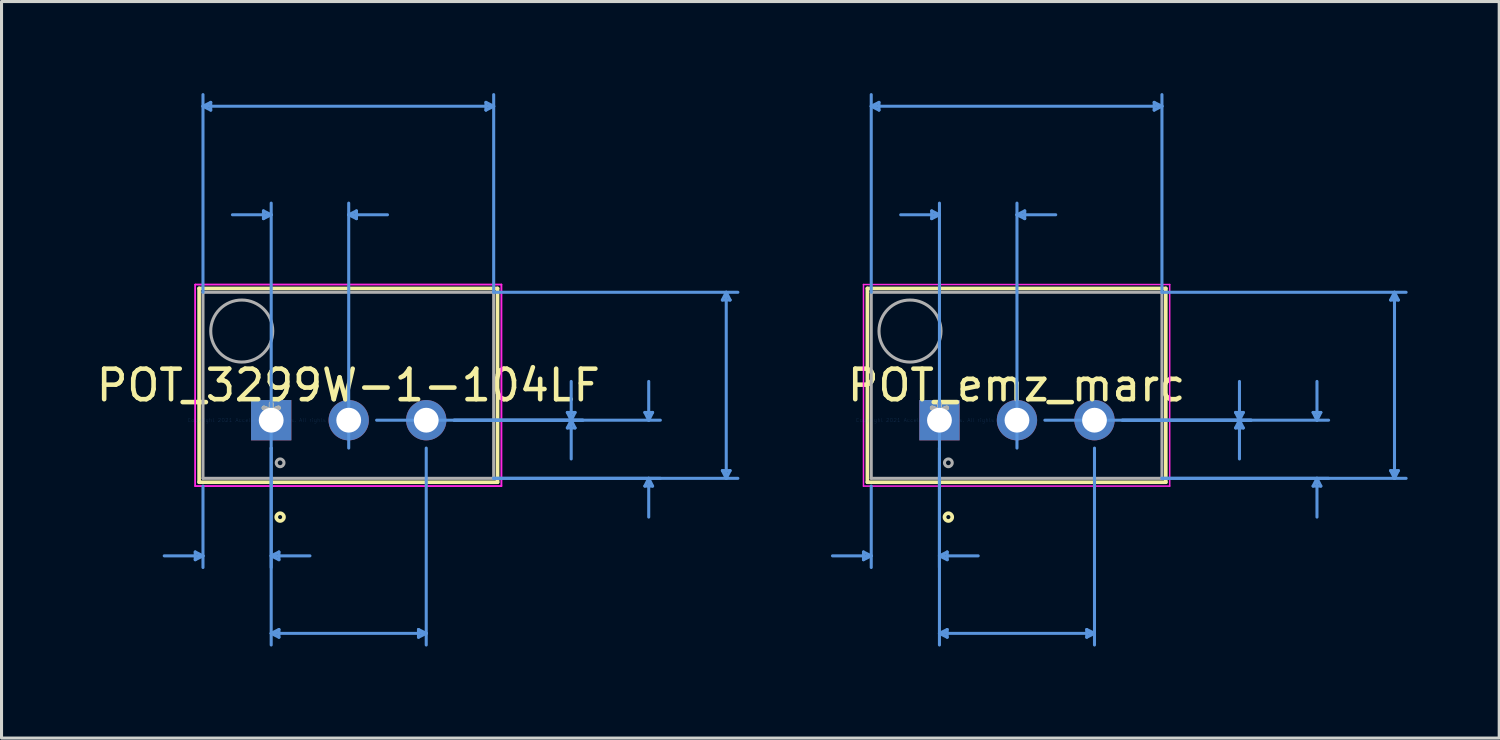
<source format=kicad_pcb>
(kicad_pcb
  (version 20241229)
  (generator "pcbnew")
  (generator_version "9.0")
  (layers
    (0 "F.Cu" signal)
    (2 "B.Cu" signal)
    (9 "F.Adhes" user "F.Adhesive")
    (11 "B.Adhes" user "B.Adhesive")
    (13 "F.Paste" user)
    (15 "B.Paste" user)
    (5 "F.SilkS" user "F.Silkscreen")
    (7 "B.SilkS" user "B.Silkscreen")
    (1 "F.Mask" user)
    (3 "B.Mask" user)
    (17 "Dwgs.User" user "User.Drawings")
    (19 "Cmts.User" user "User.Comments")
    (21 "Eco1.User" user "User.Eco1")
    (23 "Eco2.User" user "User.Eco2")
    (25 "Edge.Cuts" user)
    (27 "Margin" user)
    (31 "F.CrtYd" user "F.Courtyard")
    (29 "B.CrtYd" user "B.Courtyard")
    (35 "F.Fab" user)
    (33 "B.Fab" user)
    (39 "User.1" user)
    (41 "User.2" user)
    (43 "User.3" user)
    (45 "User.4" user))
  (footprint "POT_emz_marc"
    (layer "F.Cu")
    (at 27.732 10.718)
    (property "Reference" "POT_emz_marc" (at 2.527 -1.143 0) (layer "F.SilkS") (effects (font (size 1 1) (thickness 0.15))))
    (attr through_hole)
    (fp_line (start -2.362 -4.318) (end -2.362 2.032) (stroke (width 0.12) (type solid)) (layer "F.SilkS"))
    (fp_line (start -2.362 2.032) (end 7.417 2.032) (stroke (width 0.12) (type solid)) (layer "F.SilkS"))
    (fp_line (start 7.417 -4.318) (end -2.362 -4.318) (stroke (width 0.12) (type solid)) (layer "F.SilkS"))
    (fp_line (start 7.417 2.032) (end 7.417 -4.318) (stroke (width 0.12) (type solid)) (layer "F.SilkS"))
    (fp_circle (center 0.292 3.175) (end 0.419 3.175) (stroke (width 0.12) (type solid)) (fill no) (layer "F.SilkS"))
    (fp_line (start -2.489 4.318) (end -2.489 4.572) (stroke (width 0.1) (type solid)) (layer "Cmts.User"))
    (fp_line (start -2.235 -10.287) (end -1.981 -10.414) (stroke (width 0.1) (type solid)) (layer "Cmts.User"))
    (fp_line (start -2.235 -10.287) (end -1.981 -10.16) (stroke (width 0.1) (type solid)) (layer "Cmts.User"))
    (fp_line (start -2.235 -10.287) (end 7.29 -10.287) (stroke (width 0.1) (type solid)) (layer "Cmts.User"))
    (fp_line (start -2.235 -4.191) (end -2.235 -10.668) (stroke (width 0.1) (type solid)) (layer "Cmts.User"))
    (fp_line (start -2.235 2.159) (end -2.235 4.826) (stroke (width 0.1) (type solid)) (layer "Cmts.User"))
    (fp_line (start -2.235 4.445) (end -3.505 4.445) (stroke (width 0.1) (type solid)) (layer "Cmts.User"))
    (fp_line (start -2.235 4.445) (end -2.489 4.318) (stroke (width 0.1) (type solid)) (layer "Cmts.User"))
    (fp_line (start -2.235 4.445) (end -2.489 4.572) (stroke (width 0.1) (type solid)) (layer "Cmts.User"))
    (fp_line (start -1.981 -10.414) (end -1.981 -10.16) (stroke (width 0.1) (type solid)) (layer "Cmts.User"))
    (fp_line (start -0.254 -6.858) (end -0.254 -6.604) (stroke (width 0.1) (type solid)) (layer "Cmts.User"))
    (fp_line (start 0 -6.731) (end -1.27 -6.731) (stroke (width 0.1) (type solid)) (layer "Cmts.User"))
    (fp_line (start 0 -6.731) (end -0.254 -6.858) (stroke (width 0.1) (type solid)) (layer "Cmts.User"))
    (fp_line (start 0 -6.731) (end -0.254 -6.604) (stroke (width 0.1) (type solid)) (layer "Cmts.User"))
    (fp_line (start 0 0.914) (end 0 -7.112) (stroke (width 0.1) (type solid)) (layer "Cmts.User"))
    (fp_line (start 0 0.914) (end 0 4.826) (stroke (width 0.1) (type solid)) (layer "Cmts.User"))
    (fp_line (start 0 0.914) (end 0 7.366) (stroke (width 0.1) (type solid)) (layer "Cmts.User"))
    (fp_line (start 0 4.445) (end 0.254 4.318) (stroke (width 0.1) (type solid)) (layer "Cmts.User"))
    (fp_line (start 0 4.445) (end 0.254 4.572) (stroke (width 0.1) (type solid)) (layer "Cmts.User"))
    (fp_line (start 0 4.445) (end 1.27 4.445) (stroke (width 0.1) (type solid)) (layer "Cmts.User"))
    (fp_line (start 0 6.985) (end 0.254 6.858) (stroke (width 0.1) (type solid)) (layer "Cmts.User"))
    (fp_line (start 0 6.985) (end 0.254 7.112) (stroke (width 0.1) (type solid)) (layer "Cmts.User"))
    (fp_line (start 0 6.985) (end 5.08 6.985) (stroke (width 0.1) (type solid)) (layer "Cmts.User"))
    (fp_line (start 0.254 4.318) (end 0.254 4.572) (stroke (width 0.1) (type solid)) (layer "Cmts.User"))
    (fp_line (start 0.254 6.858) (end 0.254 7.112) (stroke (width 0.1) (type solid)) (layer "Cmts.User"))
    (fp_line (start 2.54 -6.731) (end 2.794 -6.858) (stroke (width 0.1) (type solid)) (layer "Cmts.User"))
    (fp_line (start 2.54 -6.731) (end 2.794 -6.604) (stroke (width 0.1) (type solid)) (layer "Cmts.User"))
    (fp_line (start 2.54 -6.731) (end 3.81 -6.731) (stroke (width 0.1) (type solid)) (layer "Cmts.User"))
    (fp_line (start 2.54 0.914) (end 2.54 -7.112) (stroke (width 0.1) (type solid)) (layer "Cmts.User"))
    (fp_line (start 2.794 -6.858) (end 2.794 -6.604) (stroke (width 0.1) (type solid)) (layer "Cmts.User"))
    (fp_line (start 3.454 0) (end 10.211 0) (stroke (width 0.1) (type solid)) (layer "Cmts.User"))
    (fp_line (start 4.826 6.858) (end 4.826 7.112) (stroke (width 0.1) (type solid)) (layer "Cmts.User"))
    (fp_line (start 5.08 0.914) (end 5.08 7.366) (stroke (width 0.1) (type solid)) (layer "Cmts.User"))
    (fp_line (start 5.08 6.985) (end 4.826 6.858) (stroke (width 0.1) (type solid)) (layer "Cmts.User"))
    (fp_line (start 5.08 6.985) (end 4.826 7.112) (stroke (width 0.1) (type solid)) (layer "Cmts.User"))
    (fp_line (start 5.994 0) (end 10.211 0) (stroke (width 0.1) (type solid)) (layer "Cmts.User"))
    (fp_line (start 5.994 0) (end 12.751 0) (stroke (width 0.1) (type solid)) (layer "Cmts.User"))
    (fp_line (start 7.036 -10.414) (end 7.036 -10.16) (stroke (width 0.1) (type solid)) (layer "Cmts.User"))
    (fp_line (start 7.29 -10.287) (end 7.036 -10.414) (stroke (width 0.1) (type solid)) (layer "Cmts.User"))
    (fp_line (start 7.29 -10.287) (end 7.036 -10.16) (stroke (width 0.1) (type solid)) (layer "Cmts.User"))
    (fp_line (start 7.29 -4.191) (end 7.29 -10.668) (stroke (width 0.1) (type solid)) (layer "Cmts.User"))
    (fp_line (start 7.29 -4.191) (end 15.291 -4.191) (stroke (width 0.1) (type solid)) (layer "Cmts.User"))
    (fp_line (start 7.29 1.905) (end 12.751 1.905) (stroke (width 0.1) (type solid)) (layer "Cmts.User"))
    (fp_line (start 7.29 1.905) (end 15.291 1.905) (stroke (width 0.1) (type solid)) (layer "Cmts.User"))
    (fp_line (start 9.703 -0.254) (end 9.957 -0.254) (stroke (width 0.1) (type solid)) (layer "Cmts.User"))
    (fp_line (start 9.703 0.254) (end 9.957 0.254) (stroke (width 0.1) (type solid)) (layer "Cmts.User"))
    (fp_line (start 9.83 0) (end 9.703 -0.254) (stroke (width 0.1) (type solid)) (layer "Cmts.User"))
    (fp_line (start 9.83 0) (end 9.703 0.254) (stroke (width 0.1) (type solid)) (layer "Cmts.User"))
    (fp_line (start 9.83 0) (end 9.83 -1.27) (stroke (width 0.1) (type solid)) (layer "Cmts.User"))
    (fp_line (start 9.83 0) (end 9.83 1.27) (stroke (width 0.1) (type solid)) (layer "Cmts.User"))
    (fp_line (start 9.83 0) (end 9.957 -0.254) (stroke (width 0.1) (type solid)) (layer "Cmts.User"))
    (fp_line (start 9.83 0) (end 9.957 0.254) (stroke (width 0.1) (type solid)) (layer "Cmts.User"))
    (fp_line (start 12.243 -0.254) (end 12.497 -0.254) (stroke (width 0.1) (type solid)) (layer "Cmts.User"))
    (fp_line (start 12.243 2.159) (end 12.497 2.159) (stroke (width 0.1) (type solid)) (layer "Cmts.User"))
    (fp_line (start 12.37 0) (end 12.243 -0.254) (stroke (width 0.1) (type solid)) (layer "Cmts.User"))
    (fp_line (start 12.37 0) (end 12.37 -1.27) (stroke (width 0.1) (type solid)) (layer "Cmts.User"))
    (fp_line (start 12.37 0) (end 12.497 -0.254) (stroke (width 0.1) (type solid)) (layer "Cmts.User"))
    (fp_line (start 12.37 1.905) (end 12.243 2.159) (stroke (width 0.1) (type solid)) (layer "Cmts.User"))
    (fp_line (start 12.37 1.905) (end 12.37 3.175) (stroke (width 0.1) (type solid)) (layer "Cmts.User"))
    (fp_line (start 12.37 1.905) (end 12.497 2.159) (stroke (width 0.1) (type solid)) (layer "Cmts.User"))
    (fp_line (start 14.783 -3.937) (end 15.037 -3.937) (stroke (width 0.1) (type solid)) (layer "Cmts.User"))
    (fp_line (start 14.783 1.651) (end 15.037 1.651) (stroke (width 0.1) (type solid)) (layer "Cmts.User"))
    (fp_line (start 14.91 -4.191) (end 14.783 -3.937) (stroke (width 0.1) (type solid)) (layer "Cmts.User"))
    (fp_line (start 14.91 -4.191) (end 14.91 1.905) (stroke (width 0.1) (type solid)) (layer "Cmts.User"))
    (fp_line (start 14.91 -4.191) (end 15.037 -3.937) (stroke (width 0.1) (type solid)) (layer "Cmts.User"))
    (fp_line (start 14.91 1.905) (end 14.783 1.651) (stroke (width 0.1) (type solid)) (layer "Cmts.User"))
    (fp_line (start 14.91 1.905) (end 15.037 1.651) (stroke (width 0.1) (type solid)) (layer "Cmts.User"))
    (fp_line (start -2.489 -4.445) (end 7.544 -4.445) (stroke (width 0.05) (type solid)) (layer "F.CrtYd"))
    (fp_line (start -2.489 2.159) (end -2.489 -4.445) (stroke (width 0.05) (type solid)) (layer "F.CrtYd"))
    (fp_line (start 7.544 -4.445) (end 7.544 2.159) (stroke (width 0.05) (type solid)) (layer "F.CrtYd"))
    (fp_line (start 7.544 2.159) (end -2.489 2.159) (stroke (width 0.05) (type solid)) (layer "F.CrtYd"))
    (fp_line (start -2.235 -4.191) (end -2.235 1.905) (stroke (width 0.1) (type solid)) (layer "F.Fab"))
    (fp_line (start -2.235 1.905) (end 7.29 1.905) (stroke (width 0.1) (type solid)) (layer "F.Fab"))
    (fp_line (start 7.29 -4.191) (end -2.235 -4.191) (stroke (width 0.1) (type solid)) (layer "F.Fab"))
    (fp_line (start 7.29 1.905) (end 7.29 -4.191) (stroke (width 0.1) (type solid)) (layer "F.Fab"))
    (fp_circle (center -0.965 -2.921) (end 0.051 -2.921) (stroke (width 0.1) (type solid)) (fill no) (layer "F.Fab"))
    (fp_circle (center 0.292 1.397) (end 0.419 1.397) (stroke (width 0.1) (type solid)) (fill no) (layer "F.Fab"))
    (fp_text user "*" (at 0 0 0) (layer "F.SilkS") (effects (font (size 1 1) (thickness 0.15))))
    (fp_text user "Copyright 2021 Accelerated Designs. All rights reserved." (at 0 0 0) (layer "Cmts.User") (effects (font (size 0.127 0.127) (thickness 0.002))))
    (fp_text user "*" (at 0 0 0) (layer "F.Fab") (effects (font (size 1 1) (thickness 0.15))))
    (pad "1" thru_hole rect (at 0 0) (size 1.321 1.321) (drill 0.813) (layers "*.Cu" "*.Mask"))
    (pad "2" thru_hole circle (at 2.54 0) (size 1.321 1.321) (drill 0.813) (layers "*.Cu" "*.Mask"))
    (pad "3" thru_hole circle (at 5.08 0) (size 1.321 1.321) (drill 0.813) (layers "*.Cu" "*.Mask")))
  (footprint "POT_3299W-1-104LF"
    (layer "F.Cu")
    (at 5.836 10.718)
    (property "Reference" "POT_3299W-1-104LF" (at 2.527 -1.143 0) (layer "F.SilkS") (effects (font (size 1 1) (thickness 0.15))))
    (attr through_hole)
    (fp_line (start -2.362 -4.318) (end -2.362 2.032) (stroke (width 0.12) (type solid)) (layer "F.SilkS"))
    (fp_line (start -2.362 2.032) (end 7.417 2.032) (stroke (width 0.12) (type solid)) (layer "F.SilkS"))
    (fp_line (start 7.417 -4.318) (end -2.362 -4.318) (stroke (width 0.12) (type solid)) (layer "F.SilkS"))
    (fp_line (start 7.417 2.032) (end 7.417 -4.318) (stroke (width 0.12) (type solid)) (layer "F.SilkS"))
    (fp_circle (center 0.292 3.175) (end 0.419 3.175) (stroke (width 0.12) (type solid)) (fill no) (layer "F.SilkS"))
    (fp_line (start -2.489 4.318) (end -2.489 4.572) (stroke (width 0.1) (type solid)) (layer "Cmts.User"))
    (fp_line (start -2.235 -10.287) (end -1.981 -10.414) (stroke (width 0.1) (type solid)) (layer "Cmts.User"))
    (fp_line (start -2.235 -10.287) (end -1.981 -10.16) (stroke (width 0.1) (type solid)) (layer "Cmts.User"))
    (fp_line (start -2.235 -10.287) (end 7.29 -10.287) (stroke (width 0.1) (type solid)) (layer "Cmts.User"))
    (fp_line (start -2.235 -4.191) (end -2.235 -10.668) (stroke (width 0.1) (type solid)) (layer "Cmts.User"))
    (fp_line (start -2.235 2.159) (end -2.235 4.826) (stroke (width 0.1) (type solid)) (layer "Cmts.User"))
    (fp_line (start -2.235 4.445) (end -3.505 4.445) (stroke (width 0.1) (type solid)) (layer "Cmts.User"))
    (fp_line (start -2.235 4.445) (end -2.489 4.318) (stroke (width 0.1) (type solid)) (layer "Cmts.User"))
    (fp_line (start -2.235 4.445) (end -2.489 4.572) (stroke (width 0.1) (type solid)) (layer "Cmts.User"))
    (fp_line (start -1.981 -10.414) (end -1.981 -10.16) (stroke (width 0.1) (type solid)) (layer "Cmts.User"))
    (fp_line (start -0.254 -6.858) (end -0.254 -6.604) (stroke (width 0.1) (type solid)) (layer "Cmts.User"))
    (fp_line (start 0 -6.731) (end -1.27 -6.731) (stroke (width 0.1) (type solid)) (layer "Cmts.User"))
    (fp_line (start 0 -6.731) (end -0.254 -6.858) (stroke (width 0.1) (type solid)) (layer "Cmts.User"))
    (fp_line (start 0 -6.731) (end -0.254 -6.604) (stroke (width 0.1) (type solid)) (layer "Cmts.User"))
    (fp_line (start 0 0.914) (end 0 -7.112) (stroke (width 0.1) (type solid)) (layer "Cmts.User"))
    (fp_line (start 0 0.914) (end 0 4.826) (stroke (width 0.1) (type solid)) (layer "Cmts.User"))
    (fp_line (start 0 0.914) (end 0 7.366) (stroke (width 0.1) (type solid)) (layer "Cmts.User"))
    (fp_line (start 0 4.445) (end 0.254 4.318) (stroke (width 0.1) (type solid)) (layer "Cmts.User"))
    (fp_line (start 0 4.445) (end 0.254 4.572) (stroke (width 0.1) (type solid)) (layer "Cmts.User"))
    (fp_line (start 0 4.445) (end 1.27 4.445) (stroke (width 0.1) (type solid)) (layer "Cmts.User"))
    (fp_line (start 0 6.985) (end 0.254 6.858) (stroke (width 0.1) (type solid)) (layer "Cmts.User"))
    (fp_line (start 0 6.985) (end 0.254 7.112) (stroke (width 0.1) (type solid)) (layer "Cmts.User"))
    (fp_line (start 0 6.985) (end 5.08 6.985) (stroke (width 0.1) (type solid)) (layer "Cmts.User"))
    (fp_line (start 0.254 4.318) (end 0.254 4.572) (stroke (width 0.1) (type solid)) (layer "Cmts.User"))
    (fp_line (start 0.254 6.858) (end 0.254 7.112) (stroke (width 0.1) (type solid)) (layer "Cmts.User"))
    (fp_line (start 2.54 -6.731) (end 2.794 -6.858) (stroke (width 0.1) (type solid)) (layer "Cmts.User"))
    (fp_line (start 2.54 -6.731) (end 2.794 -6.604) (stroke (width 0.1) (type solid)) (layer "Cmts.User"))
    (fp_line (start 2.54 -6.731) (end 3.81 -6.731) (stroke (width 0.1) (type solid)) (layer "Cmts.User"))
    (fp_line (start 2.54 0.914) (end 2.54 -7.112) (stroke (width 0.1) (type solid)) (layer "Cmts.User"))
    (fp_line (start 2.794 -6.858) (end 2.794 -6.604) (stroke (width 0.1) (type solid)) (layer "Cmts.User"))
    (fp_line (start 3.454 0) (end 10.211 0) (stroke (width 0.1) (type solid)) (layer "Cmts.User"))
    (fp_line (start 4.826 6.858) (end 4.826 7.112) (stroke (width 0.1) (type solid)) (layer "Cmts.User"))
    (fp_line (start 5.08 0.914) (end 5.08 7.366) (stroke (width 0.1) (type solid)) (layer "Cmts.User"))
    (fp_line (start 5.08 6.985) (end 4.826 6.858) (stroke (width 0.1) (type solid)) (layer "Cmts.User"))
    (fp_line (start 5.08 6.985) (end 4.826 7.112) (stroke (width 0.1) (type solid)) (layer "Cmts.User"))
    (fp_line (start 5.994 0) (end 10.211 0) (stroke (width 0.1) (type solid)) (layer "Cmts.User"))
    (fp_line (start 5.994 0) (end 12.751 0) (stroke (width 0.1) (type solid)) (layer "Cmts.User"))
    (fp_line (start 7.036 -10.414) (end 7.036 -10.16) (stroke (width 0.1) (type solid)) (layer "Cmts.User"))
    (fp_line (start 7.29 -10.287) (end 7.036 -10.414) (stroke (width 0.1) (type solid)) (layer "Cmts.User"))
    (fp_line (start 7.29 -10.287) (end 7.036 -10.16) (stroke (width 0.1) (type solid)) (layer "Cmts.User"))
    (fp_line (start 7.29 -4.191) (end 7.29 -10.668) (stroke (width 0.1) (type solid)) (layer "Cmts.User"))
    (fp_line (start 7.29 -4.191) (end 15.291 -4.191) (stroke (width 0.1) (type solid)) (layer "Cmts.User"))
    (fp_line (start 7.29 1.905) (end 12.751 1.905) (stroke (width 0.1) (type solid)) (layer "Cmts.User"))
    (fp_line (start 7.29 1.905) (end 15.291 1.905) (stroke (width 0.1) (type solid)) (layer "Cmts.User"))
    (fp_line (start 9.703 -0.254) (end 9.957 -0.254) (stroke (width 0.1) (type solid)) (layer "Cmts.User"))
    (fp_line (start 9.703 0.254) (end 9.957 0.254) (stroke (width 0.1) (type solid)) (layer "Cmts.User"))
    (fp_line (start 9.83 0) (end 9.703 -0.254) (stroke (width 0.1) (type solid)) (layer "Cmts.User"))
    (fp_line (start 9.83 0) (end 9.703 0.254) (stroke (width 0.1) (type solid)) (layer "Cmts.User"))
    (fp_line (start 9.83 0) (end 9.83 -1.27) (stroke (width 0.1) (type solid)) (layer "Cmts.User"))
    (fp_line (start 9.83 0) (end 9.83 1.27) (stroke (width 0.1) (type solid)) (layer "Cmts.User"))
    (fp_line (start 9.83 0) (end 9.957 -0.254) (stroke (width 0.1) (type solid)) (layer "Cmts.User"))
    (fp_line (start 9.83 0) (end 9.957 0.254) (stroke (width 0.1) (type solid)) (layer "Cmts.User"))
    (fp_line (start 12.243 -0.254) (end 12.497 -0.254) (stroke (width 0.1) (type solid)) (layer "Cmts.User"))
    (fp_line (start 12.243 2.159) (end 12.497 2.159) (stroke (width 0.1) (type solid)) (layer "Cmts.User"))
    (fp_line (start 12.37 0) (end 12.243 -0.254) (stroke (width 0.1) (type solid)) (layer "Cmts.User"))
    (fp_line (start 12.37 0) (end 12.37 -1.27) (stroke (width 0.1) (type solid)) (layer "Cmts.User"))
    (fp_line (start 12.37 0) (end 12.497 -0.254) (stroke (width 0.1) (type solid)) (layer "Cmts.User"))
    (fp_line (start 12.37 1.905) (end 12.243 2.159) (stroke (width 0.1) (type solid)) (layer "Cmts.User"))
    (fp_line (start 12.37 1.905) (end 12.37 3.175) (stroke (width 0.1) (type solid)) (layer "Cmts.User"))
    (fp_line (start 12.37 1.905) (end 12.497 2.159) (stroke (width 0.1) (type solid)) (layer "Cmts.User"))
    (fp_line (start 14.783 -3.937) (end 15.037 -3.937) (stroke (width 0.1) (type solid)) (layer "Cmts.User"))
    (fp_line (start 14.783 1.651) (end 15.037 1.651) (stroke (width 0.1) (type solid)) (layer "Cmts.User"))
    (fp_line (start 14.91 -4.191) (end 14.783 -3.937) (stroke (width 0.1) (type solid)) (layer "Cmts.User"))
    (fp_line (start 14.91 -4.191) (end 14.91 1.905) (stroke (width 0.1) (type solid)) (layer "Cmts.User"))
    (fp_line (start 14.91 -4.191) (end 15.037 -3.937) (stroke (width 0.1) (type solid)) (layer "Cmts.User"))
    (fp_line (start 14.91 1.905) (end 14.783 1.651) (stroke (width 0.1) (type solid)) (layer "Cmts.User"))
    (fp_line (start 14.91 1.905) (end 15.037 1.651) (stroke (width 0.1) (type solid)) (layer "Cmts.User"))
    (fp_line (start -2.489 -4.445) (end 7.544 -4.445) (stroke (width 0.05) (type solid)) (layer "F.CrtYd"))
    (fp_line (start -2.489 -4.445) (end 7.544 -4.445) (stroke (width 0.05) (type solid)) (layer "F.CrtYd"))
    (fp_line (start -2.489 2.159) (end -2.489 -4.445) (stroke (width 0.05) (type solid)) (layer "F.CrtYd"))
    (fp_line (start -2.489 2.159) (end -2.489 -4.445) (stroke (width 0.05) (type solid)) (layer "F.CrtYd"))
    (fp_line (start 7.544 -4.445) (end 7.544 2.159) (stroke (width 0.05) (type solid)) (layer "F.CrtYd"))
    (fp_line (start 7.544 -4.445) (end 7.544 2.159) (stroke (width 0.05) (type solid)) (layer "F.CrtYd"))
    (fp_line (start 7.544 2.159) (end -2.489 2.159) (stroke (width 0.05) (type solid)) (layer "F.CrtYd"))
    (fp_line (start 7.544 2.159) (end -2.489 2.159) (stroke (width 0.05) (type solid)) (layer "F.CrtYd"))
    (fp_line (start -2.235 -4.191) (end -2.235 1.905) (stroke (width 0.1) (type solid)) (layer "F.Fab"))
    (fp_line (start -2.235 1.905) (end 7.29 1.905) (stroke (width 0.1) (type solid)) (layer "F.Fab"))
    (fp_line (start 7.29 -4.191) (end -2.235 -4.191) (stroke (width 0.1) (type solid)) (layer "F.Fab"))
    (fp_line (start 7.29 1.905) (end 7.29 -4.191) (stroke (width 0.1) (type solid)) (layer "F.Fab"))
    (fp_circle (center -0.965 -2.921) (end 0.051 -2.921) (stroke (width 0.1) (type solid)) (fill no) (layer "F.Fab"))
    (fp_circle (center 0.292 1.397) (end 0.419 1.397) (stroke (width 0.1) (type solid)) (fill no) (layer "F.Fab"))
    (fp_text user "*" (at 0 0 0) (layer "F.SilkS") (effects (font (size 1 1) (thickness 0.15))))
    (fp_text user "Copyright 2021 Accelerated Designs. All rights reserved." (at 0 0 0) (layer "Cmts.User") (effects (font (size 0.127 0.127) (thickness 0.002))))
    (fp_text user "*" (at 0 0 0) (layer "F.Fab") (effects (font (size 1 1) (thickness 0.15))))
    (pad "1" thru_hole rect (at 0 0) (size 1.321 1.321) (drill 0.813) (layers "*.Cu" "*.Mask"))
    (pad "2" thru_hole circle (at 2.54 0) (size 1.321 1.321) (drill 0.813) (layers "*.Cu" "*.Mask"))
    (pad "3" thru_hole circle (at 5.08 0) (size 1.321 1.321) (drill 0.813) (layers "*.Cu" "*.Mask")))
  (gr_rect
    (start -3 -3)
    (end 46.073 21.134)
    (stroke (width 0.1) (type default))
    (fill no)
    (layer "Edge.Cuts")))
</source>
